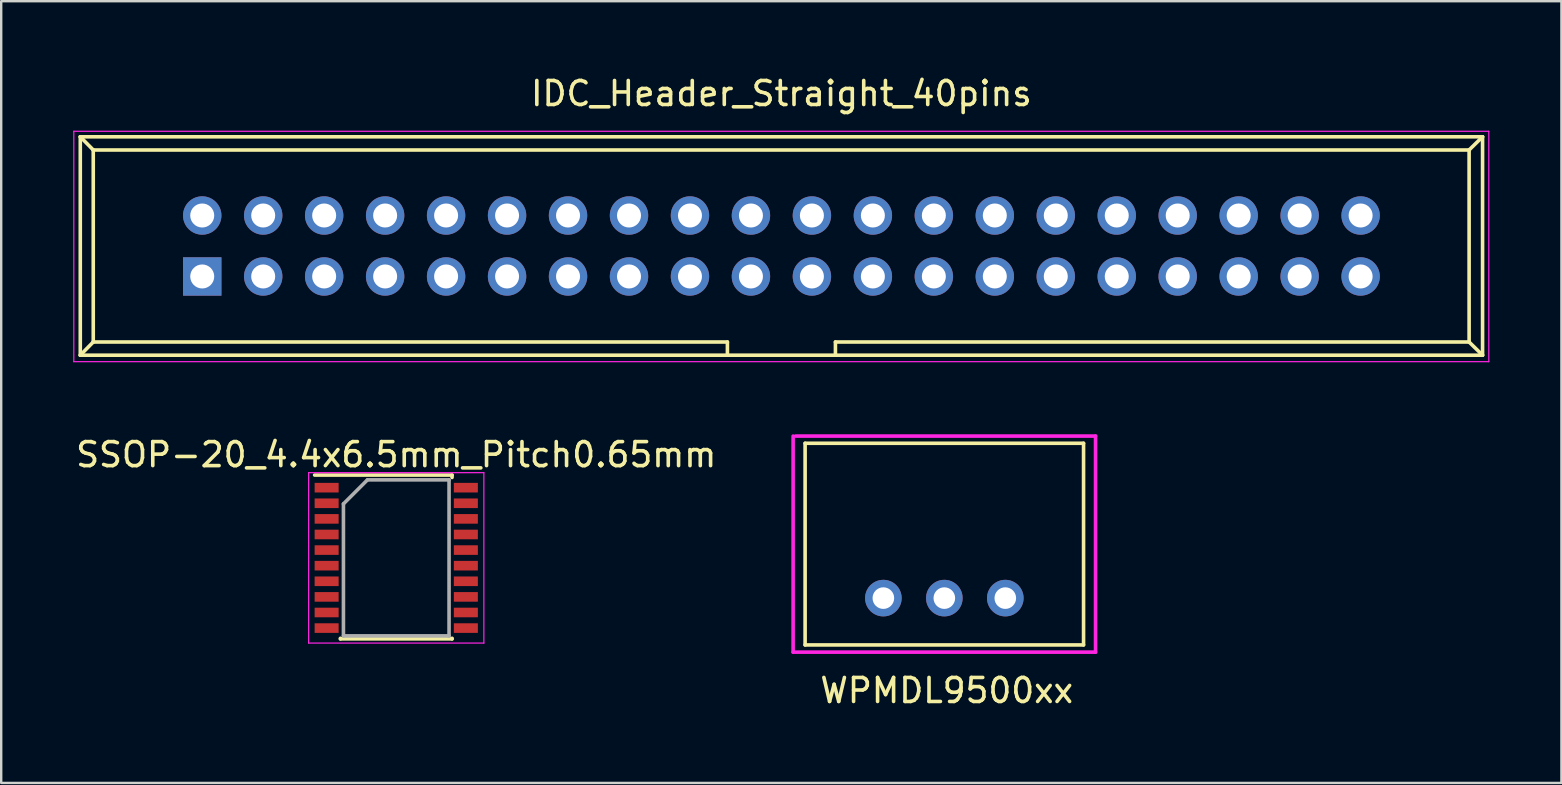
<source format=kicad_pcb>
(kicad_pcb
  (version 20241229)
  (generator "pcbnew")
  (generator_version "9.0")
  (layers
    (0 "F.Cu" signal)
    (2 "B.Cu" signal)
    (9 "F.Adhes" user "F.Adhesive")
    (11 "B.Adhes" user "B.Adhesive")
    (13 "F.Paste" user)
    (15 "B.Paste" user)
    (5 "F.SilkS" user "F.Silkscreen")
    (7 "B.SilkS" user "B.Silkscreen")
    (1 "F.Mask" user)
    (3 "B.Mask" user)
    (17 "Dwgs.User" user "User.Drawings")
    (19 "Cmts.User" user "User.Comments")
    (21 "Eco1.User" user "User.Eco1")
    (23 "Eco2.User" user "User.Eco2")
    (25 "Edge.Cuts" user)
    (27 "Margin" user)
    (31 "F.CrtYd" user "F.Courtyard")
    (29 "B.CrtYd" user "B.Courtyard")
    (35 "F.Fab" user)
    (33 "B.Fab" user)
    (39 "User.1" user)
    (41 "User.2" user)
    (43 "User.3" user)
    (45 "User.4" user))
  (footprint "IDC_Header_Straight_40pins"
    (layer "F.Cu")
    (at 5.375 8.468)
    (property "Reference" "IDC_Header_Straight_40pins" (at 24.13 -7.62 0) (layer "F.SilkS") (effects (font (size 1 1) (thickness 0.15))))
    (attr through_hole)
    (fp_line (start -5.08 -5.82) (end -5.08 3.28) (stroke (width 0.15) (type solid)) (layer "F.SilkS"))
    (fp_line (start -5.08 -5.82) (end -4.54 -5.27) (stroke (width 0.15) (type solid)) (layer "F.SilkS"))
    (fp_line (start -5.08 -5.82) (end 53.34 -5.82) (stroke (width 0.15) (type solid)) (layer "F.SilkS"))
    (fp_line (start -5.08 3.28) (end -4.54 2.73) (stroke (width 0.15) (type solid)) (layer "F.SilkS"))
    (fp_line (start -5.08 3.28) (end 53.34 3.28) (stroke (width 0.15) (type solid)) (layer "F.SilkS"))
    (fp_line (start -4.54 -5.27) (end -4.54 2.73) (stroke (width 0.15) (type solid)) (layer "F.SilkS"))
    (fp_line (start -4.54 -5.27) (end 52.78 -5.27) (stroke (width 0.15) (type solid)) (layer "F.SilkS"))
    (fp_line (start -4.54 2.73) (end 21.88 2.73) (stroke (width 0.15) (type solid)) (layer "F.SilkS"))
    (fp_line (start 21.88 2.73) (end 21.88 3.28) (stroke (width 0.15) (type solid)) (layer "F.SilkS"))
    (fp_line (start 26.38 2.73) (end 26.38 3.28) (stroke (width 0.15) (type solid)) (layer "F.SilkS"))
    (fp_line (start 26.38 2.73) (end 52.78 2.73) (stroke (width 0.15) (type solid)) (layer "F.SilkS"))
    (fp_line (start 52.78 -5.27) (end 52.78 2.73) (stroke (width 0.15) (type solid)) (layer "F.SilkS"))
    (fp_line (start 53.34 -5.82) (end 52.78 -5.27) (stroke (width 0.15) (type solid)) (layer "F.SilkS"))
    (fp_line (start 53.34 -5.82) (end 53.34 3.28) (stroke (width 0.15) (type solid)) (layer "F.SilkS"))
    (fp_line (start 53.34 3.28) (end 52.78 2.73) (stroke (width 0.15) (type solid)) (layer "F.SilkS"))
    (fp_line (start -5.35 -6.05) (end 53.6 -6.05) (stroke (width 0.05) (type solid)) (layer "F.CrtYd"))
    (fp_line (start -5.35 3.55) (end -5.35 -6.05) (stroke (width 0.05) (type solid)) (layer "F.CrtYd"))
    (fp_line (start 53.6 -6.05) (end 53.6 3.55) (stroke (width 0.05) (type solid)) (layer "F.CrtYd"))
    (fp_line (start 53.6 3.55) (end -5.35 3.55) (stroke (width 0.05) (type solid)) (layer "F.CrtYd"))
    (pad "1" thru_hole rect (at 0 0) (size 1.6 1.6) (drill 1) (layers "*.Cu" "*.Mask"))
    (pad "2" thru_hole oval (at 0 -2.54) (size 1.6 1.6) (drill 1) (layers "*.Cu" "*.Mask"))
    (pad "3" thru_hole oval (at 2.54 0) (size 1.6 1.6) (drill 1) (layers "*.Cu" "*.Mask"))
    (pad "4" thru_hole oval (at 2.54 -2.54) (size 1.6 1.6) (drill 1) (layers "*.Cu" "*.Mask"))
    (pad "5" thru_hole oval (at 5.08 0) (size 1.6 1.6) (drill 1) (layers "*.Cu" "*.Mask"))
    (pad "6" thru_hole oval (at 5.08 -2.54) (size 1.6 1.6) (drill 1) (layers "*.Cu" "*.Mask"))
    (pad "7" thru_hole oval (at 7.62 0) (size 1.6 1.6) (drill 1) (layers "*.Cu" "*.Mask"))
    (pad "8" thru_hole oval (at 7.62 -2.54) (size 1.6 1.6) (drill 1) (layers "*.Cu" "*.Mask"))
    (pad "9" thru_hole oval (at 10.16 0) (size 1.6 1.6) (drill 1) (layers "*.Cu" "*.Mask"))
    (pad "10" thru_hole oval (at 10.16 -2.54) (size 1.6 1.6) (drill 1) (layers "*.Cu" "*.Mask"))
    (pad "11" thru_hole oval (at 12.7 0) (size 1.6 1.6) (drill 1) (layers "*.Cu" "*.Mask"))
    (pad "12" thru_hole oval (at 12.7 -2.54) (size 1.6 1.6) (drill 1) (layers "*.Cu" "*.Mask"))
    (pad "13" thru_hole oval (at 15.24 0) (size 1.6 1.6) (drill 1) (layers "*.Cu" "*.Mask"))
    (pad "14" thru_hole oval (at 15.24 -2.54) (size 1.6 1.6) (drill 1) (layers "*.Cu" "*.Mask"))
    (pad "15" thru_hole oval (at 17.78 0) (size 1.6 1.6) (drill 1) (layers "*.Cu" "*.Mask"))
    (pad "16" thru_hole oval (at 17.78 -2.54) (size 1.6 1.6) (drill 1) (layers "*.Cu" "*.Mask"))
    (pad "17" thru_hole oval (at 20.32 0) (size 1.6 1.6) (drill 1) (layers "*.Cu" "*.Mask"))
    (pad "18" thru_hole oval (at 20.32 -2.54) (size 1.6 1.6) (drill 1) (layers "*.Cu" "*.Mask"))
    (pad "19" thru_hole oval (at 22.86 0) (size 1.6 1.6) (drill 1) (layers "*.Cu" "*.Mask"))
    (pad "20" thru_hole oval (at 22.86 -2.54) (size 1.6 1.6) (drill 1) (layers "*.Cu" "*.Mask"))
    (pad "21" thru_hole oval (at 25.4 0) (size 1.6 1.6) (drill 1) (layers "*.Cu" "*.Mask"))
    (pad "22" thru_hole oval (at 25.4 -2.54) (size 1.6 1.6) (drill 1) (layers "*.Cu" "*.Mask"))
    (pad "23" thru_hole oval (at 27.94 0) (size 1.6 1.6) (drill 1) (layers "*.Cu" "*.Mask"))
    (pad "24" thru_hole oval (at 27.94 -2.54) (size 1.6 1.6) (drill 1) (layers "*.Cu" "*.Mask"))
    (pad "25" thru_hole oval (at 30.48 0) (size 1.6 1.6) (drill 1) (layers "*.Cu" "*.Mask"))
    (pad "26" thru_hole oval (at 30.48 -2.54) (size 1.6 1.6) (drill 1) (layers "*.Cu" "*.Mask"))
    (pad "27" thru_hole oval (at 33.02 0) (size 1.6 1.6) (drill 1) (layers "*.Cu" "*.Mask"))
    (pad "28" thru_hole oval (at 33.02 -2.54) (size 1.6 1.6) (drill 1) (layers "*.Cu" "*.Mask"))
    (pad "29" thru_hole oval (at 35.56 0) (size 1.6 1.6) (drill 1) (layers "*.Cu" "*.Mask"))
    (pad "30" thru_hole oval (at 35.56 -2.54) (size 1.6 1.6) (drill 1) (layers "*.Cu" "*.Mask"))
    (pad "31" thru_hole oval (at 38.1 0) (size 1.6 1.6) (drill 1) (layers "*.Cu" "*.Mask"))
    (pad "32" thru_hole oval (at 38.1 -2.54) (size 1.6 1.6) (drill 1) (layers "*.Cu" "*.Mask"))
    (pad "33" thru_hole oval (at 40.64 0) (size 1.6 1.6) (drill 1) (layers "*.Cu" "*.Mask"))
    (pad "34" thru_hole oval (at 40.64 -2.54) (size 1.6 1.6) (drill 1) (layers "*.Cu" "*.Mask"))
    (pad "35" thru_hole oval (at 43.18 0) (size 1.6 1.6) (drill 1) (layers "*.Cu" "*.Mask"))
    (pad "36" thru_hole oval (at 43.18 -2.54) (size 1.6 1.6) (drill 1) (layers "*.Cu" "*.Mask"))
    (pad "37" thru_hole oval (at 45.72 0) (size 1.6 1.6) (drill 1) (layers "*.Cu" "*.Mask"))
    (pad "38" thru_hole oval (at 45.72 -2.54) (size 1.6 1.6) (drill 1) (layers "*.Cu" "*.Mask"))
    (pad "39" thru_hole oval (at 48.26 0) (size 1.6 1.6) (drill 1) (layers "*.Cu" "*.Mask"))
    (pad "40" thru_hole oval (at 48.26 -2.54) (size 1.6 1.6) (drill 1) (layers "*.Cu" "*.Mask")))
  (footprint "WPMDL9500xx"
    (layer "F.Cu")
    (at 36.292 19.618)
    (property "Reference" "WPMDL9500xx" (at 0.1 6.1 0) (layer "F.SilkS") (effects (font (size 1 1) (thickness 0.15))))
    (attr through_hole)
    (fp_line (start -5.8 -4.2) (end -5.8 4.2) (stroke (width 0.15) (type solid)) (layer "F.SilkS"))
    (fp_line (start -5.8 4.2) (end 5.8 4.2) (stroke (width 0.15) (type solid)) (layer "F.SilkS"))
    (fp_line (start 5.8 -4.2) (end -5.8 -4.2) (stroke (width 0.15) (type solid)) (layer "F.SilkS"))
    (fp_line (start 5.8 4.2) (end 5.8 -4.2) (stroke (width 0.15) (type solid)) (layer "F.SilkS"))
    (fp_line (start -6.3 4.5) (end -6.3 -4.5) (stroke (width 0.15) (type solid)) (layer "F.CrtYd"))
    (fp_line (start -6.2 -4.5) (end 6.3 -4.5) (stroke (width 0.15) (type solid)) (layer "F.CrtYd"))
    (fp_line (start 6.3 -4.5) (end 6.3 4.5) (stroke (width 0.15) (type solid)) (layer "F.CrtYd"))
    (fp_line (start 6.3 4.5) (end -6.3 4.5) (stroke (width 0.15) (type solid)) (layer "F.CrtYd"))
    (pad "1" thru_hole circle (at -2.54 2.25) (size 1.524 1.524) (drill 0.9) (layers "*.Cu" "*.Mask"))
    (pad "2" thru_hole circle (at 0 2.25) (size 1.524 1.524) (drill 0.9) (layers "*.Cu" "*.Mask"))
    (pad "3" thru_hole circle (at 2.54 2.25) (size 1.524 1.524) (drill 0.9) (layers "*.Cu" "*.Mask")))
  (footprint "SSOP-20_4.4x6.5mm_Pitch0.65mm"
    (layer "F.Cu")
    (at 13.458 20.192)
    (property "Reference" "SSOP-20_4.4x6.5mm_Pitch0.65mm" (at 0 -4.3 0) (layer "F.SilkS") (effects (font (size 1 1) (thickness 0.15))))
    (attr smd)
    (fp_line (start -3.4 -3.45) (end 2.325 -3.45) (stroke (width 0.15) (type solid)) (layer "F.SilkS"))
    (fp_line (start -2.325 3.375) (end -2.325 3.35) (stroke (width 0.15) (type solid)) (layer "F.SilkS"))
    (fp_line (start -2.325 3.375) (end 2.325 3.375) (stroke (width 0.15) (type solid)) (layer "F.SilkS"))
    (fp_line (start 2.325 -3.45) (end 2.325 -3.35) (stroke (width 0.15) (type solid)) (layer "F.SilkS"))
    (fp_line (start 2.325 3.375) (end 2.325 3.35) (stroke (width 0.15) (type solid)) (layer "F.SilkS"))
    (fp_line (start -3.65 -3.55) (end -3.65 3.55) (stroke (width 0.05) (type solid)) (layer "F.CrtYd"))
    (fp_line (start -3.65 -3.55) (end 3.65 -3.55) (stroke (width 0.05) (type solid)) (layer "F.CrtYd"))
    (fp_line (start -3.65 3.55) (end 3.65 3.55) (stroke (width 0.05) (type solid)) (layer "F.CrtYd"))
    (fp_line (start 3.65 -3.55) (end 3.65 3.55) (stroke (width 0.05) (type solid)) (layer "F.CrtYd"))
    (fp_line (start -2.2 -2.25) (end -1.2 -3.25) (stroke (width 0.15) (type solid)) (layer "F.Fab"))
    (fp_line (start -2.2 3.25) (end -2.2 -2.25) (stroke (width 0.15) (type solid)) (layer "F.Fab"))
    (fp_line (start -1.2 -3.25) (end 2.2 -3.25) (stroke (width 0.15) (type solid)) (layer "F.Fab"))
    (fp_line (start 2.2 -3.25) (end 2.2 3.25) (stroke (width 0.15) (type solid)) (layer "F.Fab"))
    (fp_line (start 2.2 3.25) (end -2.2 3.25) (stroke (width 0.15) (type solid)) (layer "F.Fab"))
    (pad "1" smd rect (at -2.9 -2.925) (size 1 0.4) (layers "F.Cu" "F.Mask" "F.Paste"))
    (pad "2" smd rect (at -2.9 -2.275) (size 1 0.4) (layers "F.Cu" "F.Mask" "F.Paste"))
    (pad "3" smd rect (at -2.9 -1.625) (size 1 0.4) (layers "F.Cu" "F.Mask" "F.Paste"))
    (pad "4" smd rect (at -2.9 -0.975) (size 1 0.4) (layers "F.Cu" "F.Mask" "F.Paste"))
    (pad "5" smd rect (at -2.9 -0.325) (size 1 0.4) (layers "F.Cu" "F.Mask" "F.Paste"))
    (pad "6" smd rect (at -2.9 0.325) (size 1 0.4) (layers "F.Cu" "F.Mask" "F.Paste"))
    (pad "7" smd rect (at -2.9 0.975) (size 1 0.4) (layers "F.Cu" "F.Mask" "F.Paste"))
    (pad "8" smd rect (at -2.9 1.625) (size 1 0.4) (layers "F.Cu" "F.Mask" "F.Paste"))
    (pad "9" smd rect (at -2.9 2.275) (size 1 0.4) (layers "F.Cu" "F.Mask" "F.Paste"))
    (pad "10" smd rect (at -2.9 2.925) (size 1 0.4) (layers "F.Cu" "F.Mask" "F.Paste"))
    (pad "11" smd rect (at 2.9 2.925) (size 1 0.4) (layers "F.Cu" "F.Mask" "F.Paste"))
    (pad "12" smd rect (at 2.9 2.275) (size 1 0.4) (layers "F.Cu" "F.Mask" "F.Paste"))
    (pad "13" smd rect (at 2.9 1.625) (size 1 0.4) (layers "F.Cu" "F.Mask" "F.Paste"))
    (pad "14" smd rect (at 2.9 0.975) (size 1 0.4) (layers "F.Cu" "F.Mask" "F.Paste"))
    (pad "15" smd rect (at 2.9 0.325) (size 1 0.4) (layers "F.Cu" "F.Mask" "F.Paste"))
    (pad "16" smd rect (at 2.9 -0.325) (size 1 0.4) (layers "F.Cu" "F.Mask" "F.Paste"))
    (pad "17" smd rect (at 2.9 -0.975) (size 1 0.4) (layers "F.Cu" "F.Mask" "F.Paste"))
    (pad "18" smd rect (at 2.9 -1.625) (size 1 0.4) (layers "F.Cu" "F.Mask" "F.Paste"))
    (pad "19" smd rect (at 2.9 -2.275) (size 1 0.4) (layers "F.Cu" "F.Mask" "F.Paste"))
    (pad "20" smd rect (at 2.9 -2.925) (size 1 0.4) (layers "F.Cu" "F.Mask" "F.Paste")))
  (gr_rect
    (start -3 -3)
    (end 62 29.567)
    (stroke (width 0.1) (type default))
    (fill no)
    (layer "Edge.Cuts")))
</source>
